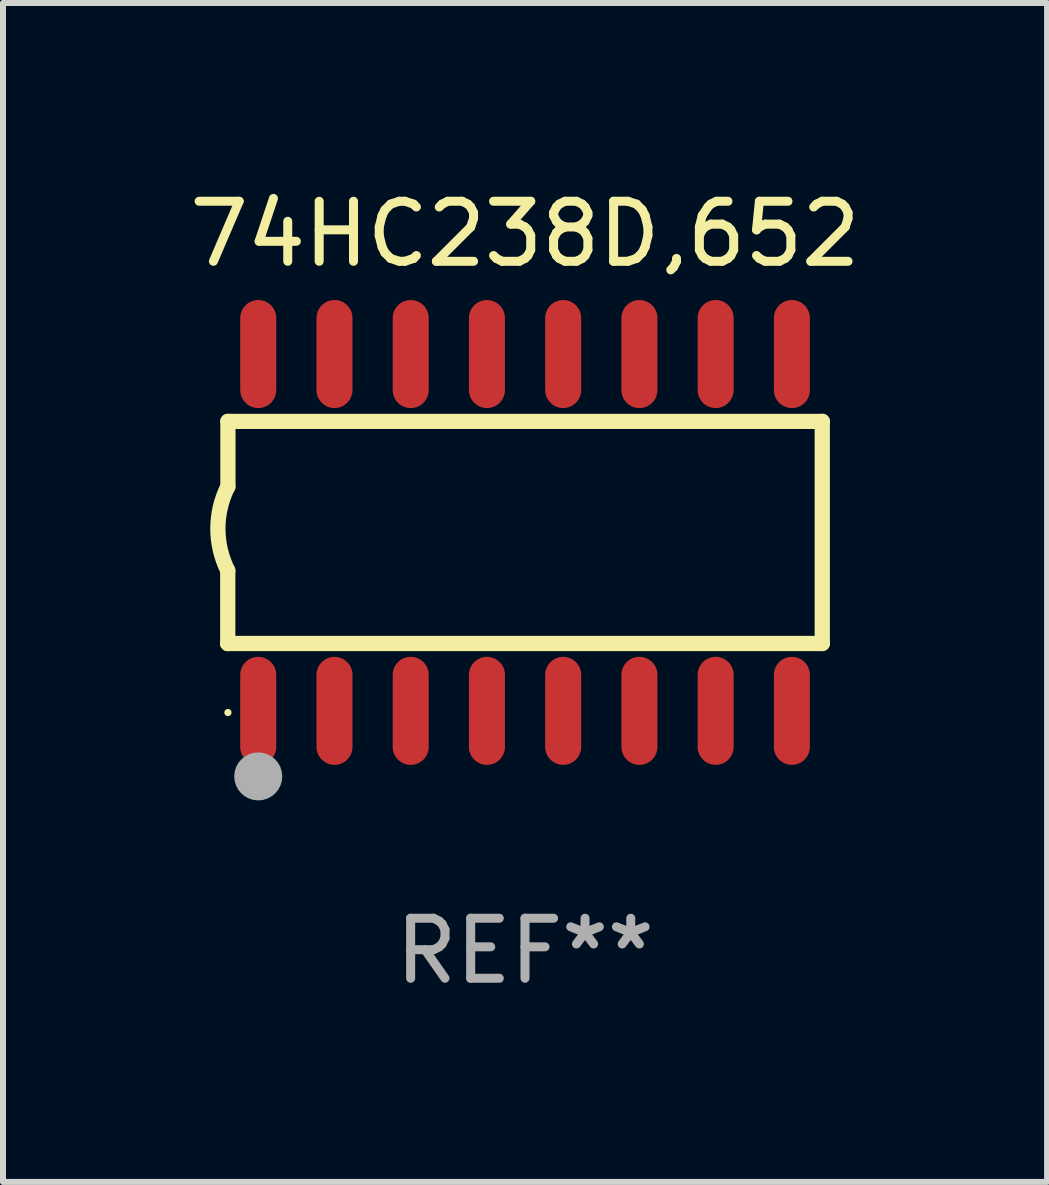
<source format=kicad_pcb>
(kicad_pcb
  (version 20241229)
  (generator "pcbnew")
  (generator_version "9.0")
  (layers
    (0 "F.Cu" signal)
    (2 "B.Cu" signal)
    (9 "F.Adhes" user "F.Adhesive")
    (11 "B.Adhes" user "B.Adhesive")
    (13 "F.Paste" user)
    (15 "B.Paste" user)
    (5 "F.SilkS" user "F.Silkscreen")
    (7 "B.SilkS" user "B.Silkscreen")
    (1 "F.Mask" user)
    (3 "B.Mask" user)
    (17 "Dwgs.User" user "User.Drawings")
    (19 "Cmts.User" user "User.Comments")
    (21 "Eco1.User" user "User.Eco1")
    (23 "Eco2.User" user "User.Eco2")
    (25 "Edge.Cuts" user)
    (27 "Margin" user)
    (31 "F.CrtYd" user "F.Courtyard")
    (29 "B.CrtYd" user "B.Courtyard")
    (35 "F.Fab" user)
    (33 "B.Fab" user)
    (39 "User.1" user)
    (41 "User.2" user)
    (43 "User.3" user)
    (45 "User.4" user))
  (footprint "74HC238D,652"
    (layer "F.Cu")
    (at 5.696 5.82)
    (property "Reference" "74HC238D,652" (at 0 -4.972 0) (layer "F.SilkS") (effects (font (size 1 1) (thickness 0.15))))
    (attr through_hole)
    (fp_line (start -4.952 0.635) (end -4.952 1.85) (stroke (width 0.254) (type solid)) (layer "F.SilkS"))
    (fp_line (start -4.952 1.85) (end -4.949 1.85) (stroke (width 0.254) (type solid)) (layer "F.SilkS"))
    (fp_line (start -4.949 -1.85) (end -4.949 -0.762) (stroke (width 0.254) (type solid)) (layer "F.SilkS"))
    (fp_line (start -4.949 1.85) (end 4.952 1.85) (stroke (width 0.254) (type solid)) (layer "F.SilkS"))
    (fp_line (start 4.952 -1.85) (end -4.949 -1.85) (stroke (width 0.254) (type solid)) (layer "F.SilkS"))
    (fp_line (start 4.952 1.85) (end 4.952 -1.85) (stroke (width 0.254) (type solid)) (layer "F.SilkS"))
    (fp_arc (start -4.951524 0.635001) (mid -5.116418 -0.0635) (end -4.951524 -0.762002) (stroke (width 0.254001) (type solid)) (layer "F.SilkS"))
    (fp_circle (center -4.949 3) (end -4.919 3) (stroke (width 0.06) (type solid)) (fill no) (layer "F.SilkS"))
    (fp_circle (center -4.444 4.064) (end -4.244 4.064) (stroke (width 0.4) (type solid)) (fill no) (layer "F.Fab"))
    (fp_text user "REF**" (at 0 6.972 0) (layer "F.Fab") (effects (font (size 1 1) (thickness 0.15))))
    (pad "1" smd oval (at -4.444 2.972 180) (size 0.6 1.8) (layers "F.Cu" "F.Mask" "F.Paste"))
    (pad "2" smd oval (at -3.174 2.972 180) (size 0.6 1.8) (layers "F.Cu" "F.Mask" "F.Paste"))
    (pad "3" smd oval (at -1.904 2.972 180) (size 0.6 1.8) (layers "F.Cu" "F.Mask" "F.Paste"))
    (pad "4" smd oval (at -0.634 2.972 180) (size 0.6 1.8) (layers "F.Cu" "F.Mask" "F.Paste"))
    (pad "5" smd oval (at 0.636 2.972 180) (size 0.6 1.8) (layers "F.Cu" "F.Mask" "F.Paste"))
    (pad "6" smd oval (at 1.906 2.972 180) (size 0.6 1.8) (layers "F.Cu" "F.Mask" "F.Paste"))
    (pad "7" smd oval (at 3.176 2.972 180) (size 0.6 1.8) (layers "F.Cu" "F.Mask" "F.Paste"))
    (pad "8" smd oval (at 4.446 2.972 180) (size 0.6 1.8) (layers "F.Cu" "F.Mask" "F.Paste"))
    (pad "9" smd oval (at 4.446 -2.972 180) (size 0.6 1.8) (layers "F.Cu" "F.Mask" "F.Paste"))
    (pad "10" smd oval (at 3.176 -2.972 180) (size 0.6 1.8) (layers "F.Cu" "F.Mask" "F.Paste"))
    (pad "11" smd oval (at 1.906 -2.972 180) (size 0.6 1.8) (layers "F.Cu" "F.Mask" "F.Paste"))
    (pad "12" smd oval (at 0.636 -2.972 180) (size 0.6 1.8) (layers "F.Cu" "F.Mask" "F.Paste"))
    (pad "13" smd oval (at -0.634 -2.972 180) (size 0.6 1.8) (layers "F.Cu" "F.Mask" "F.Paste"))
    (pad "14" smd oval (at -1.904 -2.972 180) (size 0.6 1.8) (layers "F.Cu" "F.Mask" "F.Paste"))
    (pad "15" smd oval (at -3.174 -2.972 180) (size 0.6 1.8) (layers "F.Cu" "F.Mask" "F.Paste"))
    (pad "16" smd oval (at -4.444 -2.972 180) (size 0.6 1.8) (layers "F.Cu" "F.Mask" "F.Paste")))
  (gr_rect
    (start -3 -3)
    (end 14.393 16.64)
    (stroke (width 0.1) (type default))
    (fill no)
    (layer "Edge.Cuts")))
</source>
